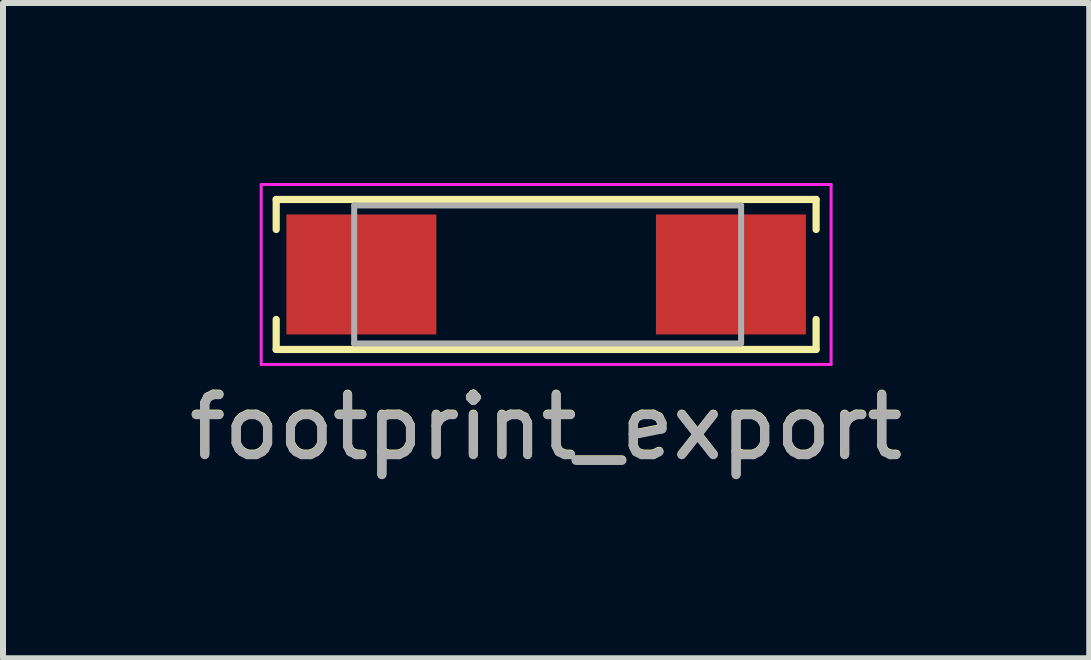
<source format=kicad_pcb>
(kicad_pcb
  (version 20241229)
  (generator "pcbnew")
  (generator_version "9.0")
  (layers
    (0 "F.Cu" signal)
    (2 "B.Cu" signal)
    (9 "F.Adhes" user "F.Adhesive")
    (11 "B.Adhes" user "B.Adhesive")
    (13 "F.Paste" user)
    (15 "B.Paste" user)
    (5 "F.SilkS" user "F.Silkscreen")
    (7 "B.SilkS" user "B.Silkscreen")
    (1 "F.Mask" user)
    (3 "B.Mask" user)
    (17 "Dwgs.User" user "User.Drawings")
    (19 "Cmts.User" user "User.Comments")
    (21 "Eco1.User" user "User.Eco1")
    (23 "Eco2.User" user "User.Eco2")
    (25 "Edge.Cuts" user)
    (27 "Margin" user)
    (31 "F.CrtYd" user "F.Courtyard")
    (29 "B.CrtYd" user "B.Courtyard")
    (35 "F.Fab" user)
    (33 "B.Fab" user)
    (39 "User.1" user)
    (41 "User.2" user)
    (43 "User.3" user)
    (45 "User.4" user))
  (footprint "footprint_export"
    (layer "F.Cu")
    (at 6.054 1.525)
    (property "Reference" "footprint_export" (at 0 2.54 0) (layer "F.SilkS") (effects (font (size 1 1) (thickness 0.15))))
    (attr smd)
    (fp_line (start -4.5 -1.25) (end -4.5 -0.75) (stroke (width 0.12) (type solid)) (layer "F.SilkS"))
    (fp_line (start -4.5 0.75) (end -4.5 1.25) (stroke (width 0.12) (type solid)) (layer "F.SilkS"))
    (fp_line (start -4.5 1.25) (end 4.5 1.25) (stroke (width 0.12) (type solid)) (layer "F.SilkS"))
    (fp_line (start 4.5 -1.25) (end -4.5 -1.25) (stroke (width 0.12) (type solid)) (layer "F.SilkS"))
    (fp_line (start 4.5 -0.75) (end 4.5 -1.25) (stroke (width 0.12) (type solid)) (layer "F.SilkS"))
    (fp_line (start 4.5 1.25) (end 4.5 0.75) (stroke (width 0.12) (type solid)) (layer "F.SilkS"))
    (fp_line (start -4.75 -1.5) (end -4.75 1.5) (stroke (width 0.05) (type solid)) (layer "F.CrtYd"))
    (fp_line (start -4.75 1.5) (end 4.75 1.5) (stroke (width 0.05) (type solid)) (layer "F.CrtYd"))
    (fp_line (start 4.75 -1.5) (end -4.75 -1.5) (stroke (width 0.05) (type solid)) (layer "F.CrtYd"))
    (fp_line (start 4.75 1.5) (end 4.75 -1.5) (stroke (width 0.05) (type solid)) (layer "F.CrtYd"))
    (fp_line (start -3.2 -1.15) (end 3.25 -1.15) (stroke (width 0.1) (type solid)) (layer "F.Fab"))
    (fp_line (start -3.2 1.15) (end -3.2 -1.15) (stroke (width 0.1) (type solid)) (layer "F.Fab"))
    (fp_line (start 3.25 -1.15) (end 3.25 1.15) (stroke (width 0.1) (type solid)) (layer "F.Fab"))
    (fp_line (start 3.25 1.15) (end -3.2 1.15) (stroke (width 0.1) (type solid)) (layer "F.Fab"))
    (fp_text user "${REFERENCE}" (at 0 2.55 0) (layer "F.Fab") (effects (font (size 1 1) (thickness 0.15))))
    (pad "1" smd rect (at -3.08 0) (size 2.5 2) (layers "F.Cu" "F.Mask" "F.Paste"))
    (pad "2" smd rect (at 3.08 0) (size 2.5 2) (layers "F.Cu" "F.Mask" "F.Paste")))
  (gr_rect
    (start -3 -3)
    (end 15.107 7.923)
    (stroke (width 0.1) (type default))
    (fill no)
    (layer "Edge.Cuts")))
</source>
